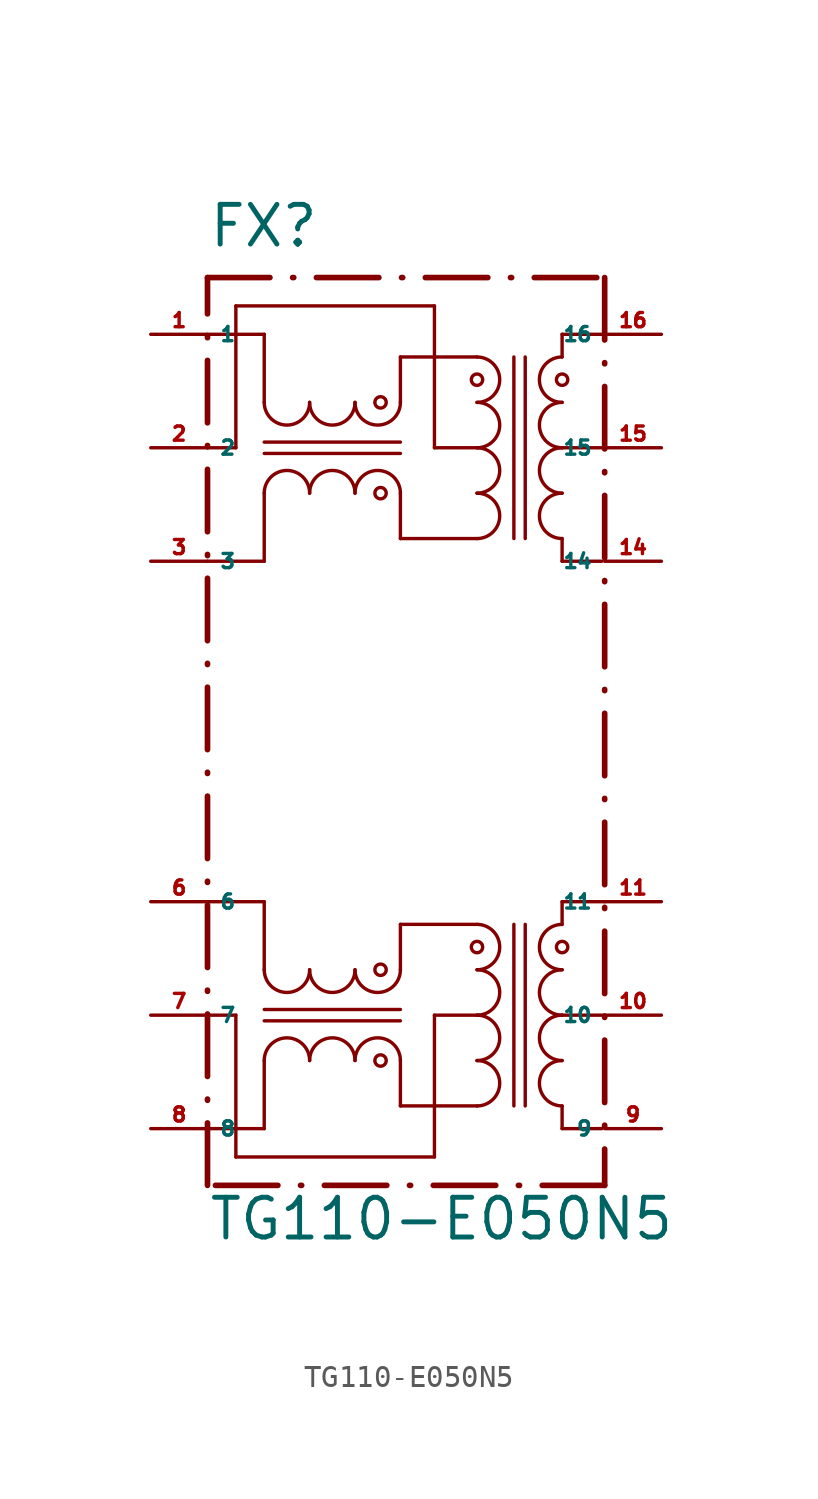
<source format=kicad_sym>
(kicad_symbol_lib
  (version 20220914)
  (generator Eagle2Kicad)
  (symbol "TG110-E050N5"
    (property "Reference" "FX"
      (at -7.62 21.59 0)
      (effects (font (size 1.778 1.778) (thickness 0.22)) (justify left bottom)))
    (property "Value" "TG110-E050N5"
      (at -7.62 -22.86 0)
      (effects (font (size 1.778 1.778) (thickness 0.22)) (justify left bottom)))
    (polyline
      (pts (xy -7.62 17.78) (xy -5.08 17.78))
      (stroke (width 0.152) (type default))
      (fill (type none)))
    (polyline
      (pts (xy -5.08 17.78) (xy -5.08 14.732))
      (stroke (width 0.152) (type default))
      (fill (type none)))
    (arc
      (start -5.08 14.732)
      (mid -4.064 13.716)
      (end -3.048 14.732)
      (stroke (width 0.1524) (type default))
      (fill (type none)))
    (arc
      (start -3.048 14.732)
      (mid -2.032 13.716)
      (end -1.016 14.732)
      (stroke (width 0.1524) (type default))
      (fill (type none)))
    (arc
      (start -1.016 14.732)
      (mid 0.000 13.716)
      (end 1.016 14.732)
      (stroke (width 0.1524) (type default))
      (fill (type none)))
    (arc
      (start 4.445 14.732)
      (mid 5.461 15.748)
      (end 4.445 16.764)
      (stroke (width 0.1524) (type default))
      (fill (type none)))
    (arc
      (start 4.445 12.7)
      (mid 5.461 13.716)
      (end 4.445 14.732)
      (stroke (width 0.1524) (type default))
      (fill (type none)))
    (arc
      (start 4.445 10.668)
      (mid 5.461 11.684)
      (end 4.445 12.7)
      (stroke (width 0.1524) (type default))
      (fill (type none)))
    (arc
      (start 4.445 8.636)
      (mid 5.461 9.652)
      (end 4.445 10.668)
      (stroke (width 0.1524) (type default))
      (fill (type none)))
    (polyline
      (pts (xy -5.08 7.62) (xy -5.08 10.668))
      (stroke (width 0.152) (type default))
      (fill (type none)))
    (arc
      (start -3.048 10.668)
      (mid -4.064 11.684)
      (end -5.08 10.668)
      (stroke (width 0.1524) (type default))
      (fill (type none)))
    (arc
      (start -1.016 10.668)
      (mid -2.032 11.684)
      (end -3.048 10.668)
      (stroke (width 0.1524) (type default))
      (fill (type none)))
    (arc
      (start 1.016 10.668)
      (mid 0.000 11.684)
      (end -1.016 10.668)
      (stroke (width 0.1524) (type default))
      (fill (type none)))
    (polyline
      (pts (xy 1.016 12.954) (xy -5.08 12.954))
      (stroke (width 0.152) (type default))
      (fill (type none)))
    (polyline
      (pts (xy -5.08 12.446) (xy 1.016 12.446))
      (stroke (width 0.152) (type default))
      (fill (type none)))
    (polyline
      (pts (xy 1.016 14.732) (xy 1.016 16.764))
      (stroke (width 0.152) (type default))
      (fill (type none)))
    (polyline
      (pts (xy 1.016 16.764) (xy 4.445 16.764))
      (stroke (width 0.152) (type default))
      (fill (type none)))
    (polyline
      (pts (xy 1.016 10.668) (xy 1.016 8.636))
      (stroke (width 0.152) (type default))
      (fill (type none)))
    (polyline
      (pts (xy 1.016 8.636) (xy 4.445 8.636))
      (stroke (width 0.152) (type default))
      (fill (type none)))
    (polyline
      (pts (xy 4.445 12.7) (xy 2.54 12.7))
      (stroke (width 0.152) (type default))
      (fill (type none)))
    (polyline
      (pts (xy 2.54 12.7) (xy 2.54 19.05))
      (stroke (width 0.152) (type default))
      (fill (type none)))
    (polyline
      (pts (xy 2.54 19.05) (xy -6.35 19.05))
      (stroke (width 0.152) (type default))
      (fill (type none)))
    (polyline
      (pts (xy -6.35 19.05) (xy -6.35 12.7))
      (stroke (width 0.152) (type default))
      (fill (type none)))
    (polyline
      (pts (xy -6.35 12.7) (xy -7.62 12.7))
      (stroke (width 0.152) (type default))
      (fill (type none)))
    (polyline
      (pts (xy -5.08 7.62) (xy -7.62 7.62))
      (stroke (width 0.152) (type default))
      (fill (type none)))
    (arc
      (start 8.255 16.764)
      (mid 7.239 15.748)
      (end 8.255 14.732)
      (stroke (width 0.1524) (type default))
      (fill (type none)))
    (arc
      (start 8.255 14.732)
      (mid 7.239 13.716)
      (end 8.255 12.7)
      (stroke (width 0.1524) (type default))
      (fill (type none)))
    (arc
      (start 8.255 12.7)
      (mid 7.239 11.684)
      (end 8.255 10.668)
      (stroke (width 0.1524) (type default))
      (fill (type none)))
    (arc
      (start 8.255 10.668)
      (mid 7.239 9.652)
      (end 8.255 8.636)
      (stroke (width 0.1524) (type default))
      (fill (type none)))
    (polyline
      (pts (xy 8.255 17.78) (xy 8.255 16.764))
      (stroke (width 0.152) (type default))
      (fill (type none)))
    (polyline
      (pts (xy 8.255 7.62) (xy 8.255 8.636))
      (stroke (width 0.152) (type default))
      (fill (type none)))
    (polyline
      (pts (xy 6.604 8.636) (xy 6.604 16.764))
      (stroke (width 0.152) (type default))
      (fill (type none)))
    (polyline
      (pts (xy 6.096 16.764) (xy 6.096 8.636))
      (stroke (width 0.152) (type default))
      (fill (type none)))
    (polyline
      (pts (xy 8.255 17.78) (xy 10.16 17.78))
      (stroke (width 0.152) (type default))
      (fill (type none)))
    (polyline
      (pts (xy 8.255 7.62) (xy 10.033 7.62))
      (stroke (width 0.152) (type default))
      (fill (type none)))
    (polyline
      (pts (xy 8.255 12.7) (xy 10.16 12.7))
      (stroke (width 0.152) (type default))
      (fill (type none)))
    (polyline
      (pts (xy -7.62 -7.62) (xy -5.08 -7.62))
      (stroke (width 0.152) (type default))
      (fill (type none)))
    (polyline
      (pts (xy -5.08 -7.62) (xy -5.08 -10.668))
      (stroke (width 0.152) (type default))
      (fill (type none)))
    (arc
      (start -5.08 -10.668)
      (mid -4.064 -11.684)
      (end -3.048 -10.668)
      (stroke (width 0.1524) (type default))
      (fill (type none)))
    (arc
      (start -3.048 -10.668)
      (mid -2.032 -11.684)
      (end -1.016 -10.668)
      (stroke (width 0.1524) (type default))
      (fill (type none)))
    (arc
      (start -1.016 -10.668)
      (mid 0.000 -11.684)
      (end 1.016 -10.668)
      (stroke (width 0.1524) (type default))
      (fill (type none)))
    (arc
      (start 4.445 -10.668)
      (mid 5.461 -9.652)
      (end 4.445 -8.636)
      (stroke (width 0.1524) (type default))
      (fill (type none)))
    (arc
      (start 4.445 -12.7)
      (mid 5.461 -11.684)
      (end 4.445 -10.668)
      (stroke (width 0.1524) (type default))
      (fill (type none)))
    (arc
      (start 4.445 -14.732)
      (mid 5.461 -13.716)
      (end 4.445 -12.7)
      (stroke (width 0.1524) (type default))
      (fill (type none)))
    (arc
      (start 4.445 -16.764)
      (mid 5.461 -15.748)
      (end 4.445 -14.732)
      (stroke (width 0.1524) (type default))
      (fill (type none)))
    (polyline
      (pts (xy -5.08 -17.78) (xy -5.08 -14.732))
      (stroke (width 0.152) (type default))
      (fill (type none)))
    (arc
      (start -3.048 -14.732)
      (mid -4.064 -13.716)
      (end -5.08 -14.732)
      (stroke (width 0.1524) (type default))
      (fill (type none)))
    (arc
      (start -1.016 -14.732)
      (mid -2.032 -13.716)
      (end -3.048 -14.732)
      (stroke (width 0.1524) (type default))
      (fill (type none)))
    (arc
      (start 1.016 -14.732)
      (mid 0.000 -13.716)
      (end -1.016 -14.732)
      (stroke (width 0.1524) (type default))
      (fill (type none)))
    (polyline
      (pts (xy 1.016 -12.446) (xy -5.08 -12.446))
      (stroke (width 0.152) (type default))
      (fill (type none)))
    (polyline
      (pts (xy -5.08 -12.954) (xy 1.016 -12.954))
      (stroke (width 0.152) (type default))
      (fill (type none)))
    (polyline
      (pts (xy 1.016 -10.668) (xy 1.016 -8.636))
      (stroke (width 0.152) (type default))
      (fill (type none)))
    (polyline
      (pts (xy 1.016 -8.636) (xy 4.445 -8.636))
      (stroke (width 0.152) (type default))
      (fill (type none)))
    (polyline
      (pts (xy 1.016 -14.732) (xy 1.016 -16.764))
      (stroke (width 0.152) (type default))
      (fill (type none)))
    (polyline
      (pts (xy 1.016 -16.764) (xy 4.445 -16.764))
      (stroke (width 0.152) (type default))
      (fill (type none)))
    (polyline
      (pts (xy 4.445 -12.7) (xy 2.54 -12.7))
      (stroke (width 0.152) (type default))
      (fill (type none)))
    (polyline
      (pts (xy 2.54 -12.7) (xy 2.54 -19.05))
      (stroke (width 0.152) (type default))
      (fill (type none)))
    (polyline
      (pts (xy 2.54 -19.05) (xy -6.35 -19.05))
      (stroke (width 0.152) (type default))
      (fill (type none)))
    (polyline
      (pts (xy -6.35 -19.05) (xy -6.35 -12.7))
      (stroke (width 0.152) (type default))
      (fill (type none)))
    (polyline
      (pts (xy -6.35 -12.7) (xy -7.62 -12.7))
      (stroke (width 0.152) (type default))
      (fill (type none)))
    (polyline
      (pts (xy -5.08 -17.78) (xy -7.62 -17.78))
      (stroke (width 0.152) (type default))
      (fill (type none)))
    (arc
      (start 8.255 -8.636)
      (mid 7.239 -9.652)
      (end 8.255 -10.668)
      (stroke (width 0.1524) (type default))
      (fill (type none)))
    (arc
      (start 8.255 -10.668)
      (mid 7.239 -11.684)
      (end 8.255 -12.7)
      (stroke (width 0.1524) (type default))
      (fill (type none)))
    (arc
      (start 8.255 -12.7)
      (mid 7.239 -13.716)
      (end 8.255 -14.732)
      (stroke (width 0.1524) (type default))
      (fill (type none)))
    (arc
      (start 8.255 -14.732)
      (mid 7.239 -15.748)
      (end 8.255 -16.764)
      (stroke (width 0.1524) (type default))
      (fill (type none)))
    (polyline
      (pts (xy 8.255 -7.62) (xy 8.255 -8.636))
      (stroke (width 0.152) (type default))
      (fill (type none)))
    (polyline
      (pts (xy 8.255 -17.78) (xy 8.255 -16.764))
      (stroke (width 0.152) (type default))
      (fill (type none)))
    (polyline
      (pts (xy 6.604 -16.764) (xy 6.604 -8.636))
      (stroke (width 0.152) (type default))
      (fill (type none)))
    (polyline
      (pts (xy 6.096 -8.636) (xy 6.096 -16.764))
      (stroke (width 0.152) (type default))
      (fill (type none)))
    (polyline
      (pts (xy 8.255 -7.62) (xy 10.16 -7.62))
      (stroke (width 0.152) (type default))
      (fill (type none)))
    (polyline
      (pts (xy 8.255 -17.78) (xy 10.033 -17.78))
      (stroke (width 0.152) (type default))
      (fill (type none)))
    (polyline
      (pts (xy 8.255 -12.7) (xy 10.16 -12.7))
      (stroke (width 0.152) (type default))
      (fill (type none)))
    (polyline
      (pts (xy 10.16 20.32) (xy 10.16 -20.32))
      (stroke (width 0.254) (type dash_dot))
      (fill (type none)))
    (polyline
      (pts (xy 10.16 -20.32) (xy -7.62 -20.32))
      (stroke (width 0.254) (type dash_dot))
      (fill (type none)))
    (polyline
      (pts (xy -7.62 -20.32) (xy -7.62 20.32))
      (stroke (width 0.254) (type dash_dot))
      (fill (type none)))
    (polyline
      (pts (xy -7.62 20.32) (xy 10.16 20.32))
      (stroke (width 0.254) (type dash_dot))
      (fill (type none)))
    (circle
      (center 4.445 15.748)
      (radius 0.254)
      (stroke (width 0) (type default))
      (fill (type none)))
    (circle
      (center 0.127 14.732)
      (radius 0.254)
      (stroke (width 0) (type default))
      (fill (type none)))
    (circle
      (center 0.127 10.668)
      (radius 0.254)
      (stroke (width 0) (type default))
      (fill (type none)))
    (circle
      (center 8.255 15.748)
      (radius 0.254)
      (stroke (width 0) (type default))
      (fill (type none)))
    (circle
      (center 4.445 -9.652)
      (radius 0.254)
      (stroke (width 0) (type default))
      (fill (type none)))
    (circle
      (center 0.127 -10.668)
      (radius 0.254)
      (stroke (width 0) (type default))
      (fill (type none)))
    (circle
      (center 0.127 -14.732)
      (radius 0.254)
      (stroke (width 0) (type default))
      (fill (type none)))
    (circle
      (center 8.255 -9.652)
      (radius 0.254)
      (stroke (width 0) (type default))
      (fill (type none)))
    (pin passive line
      (at -10.16 17.78 0)
      (length 2.54)
      (name "1" (effects (font (size 0.635 0.635) (thickness 0.08)) (justify left bottom)))
      (number "1" (effects (font (size 0.635 0.635) (thickness 0.08)) (justify left bottom))))
    (pin passive line
      (at -10.16 12.7 0)
      (length 2.54)
      (name "2" (effects (font (size 0.635 0.635) (thickness 0.08)) (justify left bottom)))
      (number "2" (effects (font (size 0.635 0.635) (thickness 0.08)) (justify left bottom))))
    (pin passive line
      (at -10.16 7.62 0)
      (length 2.54)
      (name "3" (effects (font (size 0.635 0.635) (thickness 0.08)) (justify left bottom)))
      (number "3" (effects (font (size 0.635 0.635) (thickness 0.08)) (justify left bottom))))
    (pin passive line
      (at -10.16 -7.62 0)
      (length 2.54)
      (name "6" (effects (font (size 0.635 0.635) (thickness 0.08)) (justify left bottom)))
      (number "6" (effects (font (size 0.635 0.635) (thickness 0.08)) (justify left bottom))))
    (pin passive line
      (at -10.16 -12.7 0)
      (length 2.54)
      (name "7" (effects (font (size 0.635 0.635) (thickness 0.08)) (justify left bottom)))
      (number "7" (effects (font (size 0.635 0.635) (thickness 0.08)) (justify left bottom))))
    (pin passive line
      (at -10.16 -17.78 0)
      (length 2.54)
      (name "8" (effects (font (size 0.635 0.635) (thickness 0.08)) (justify left bottom)))
      (number "8" (effects (font (size 0.635 0.635) (thickness 0.08)) (justify left bottom))))
    (pin passive line
      (at 12.7 -17.78 180)
      (length 2.54)
      (name "9" (effects (font (size 0.635 0.635) (thickness 0.08)) (justify left bottom)))
      (number "9" (effects (font (size 0.635 0.635) (thickness 0.08)) (justify left bottom))))
    (pin passive line
      (at 12.7 -12.7 180)
      (length 2.54)
      (name "10" (effects (font (size 0.635 0.635) (thickness 0.08)) (justify left bottom)))
      (number "10" (effects (font (size 0.635 0.635) (thickness 0.08)) (justify left bottom))))
    (pin passive line
      (at 12.7 -7.62 180)
      (length 2.54)
      (name "11" (effects (font (size 0.635 0.635) (thickness 0.08)) (justify left bottom)))
      (number "11" (effects (font (size 0.635 0.635) (thickness 0.08)) (justify left bottom))))
    (pin passive line
      (at 12.7 7.62 180)
      (length 2.54)
      (name "14" (effects (font (size 0.635 0.635) (thickness 0.08)) (justify left bottom)))
      (number "14" (effects (font (size 0.635 0.635) (thickness 0.08)) (justify left bottom))))
    (pin passive line
      (at 12.7 12.7 180)
      (length 2.54)
      (name "15" (effects (font (size 0.635 0.635) (thickness 0.08)) (justify left bottom)))
      (number "15" (effects (font (size 0.635 0.635) (thickness 0.08)) (justify left bottom))))
    (pin passive line
      (at 12.7 17.78 180)
      (length 2.54)
      (name "16" (effects (font (size 0.635 0.635) (thickness 0.08)) (justify left bottom)))
      (number "16" (effects (font (size 0.635 0.635) (thickness 0.08)) (justify left bottom))))))
</source>
